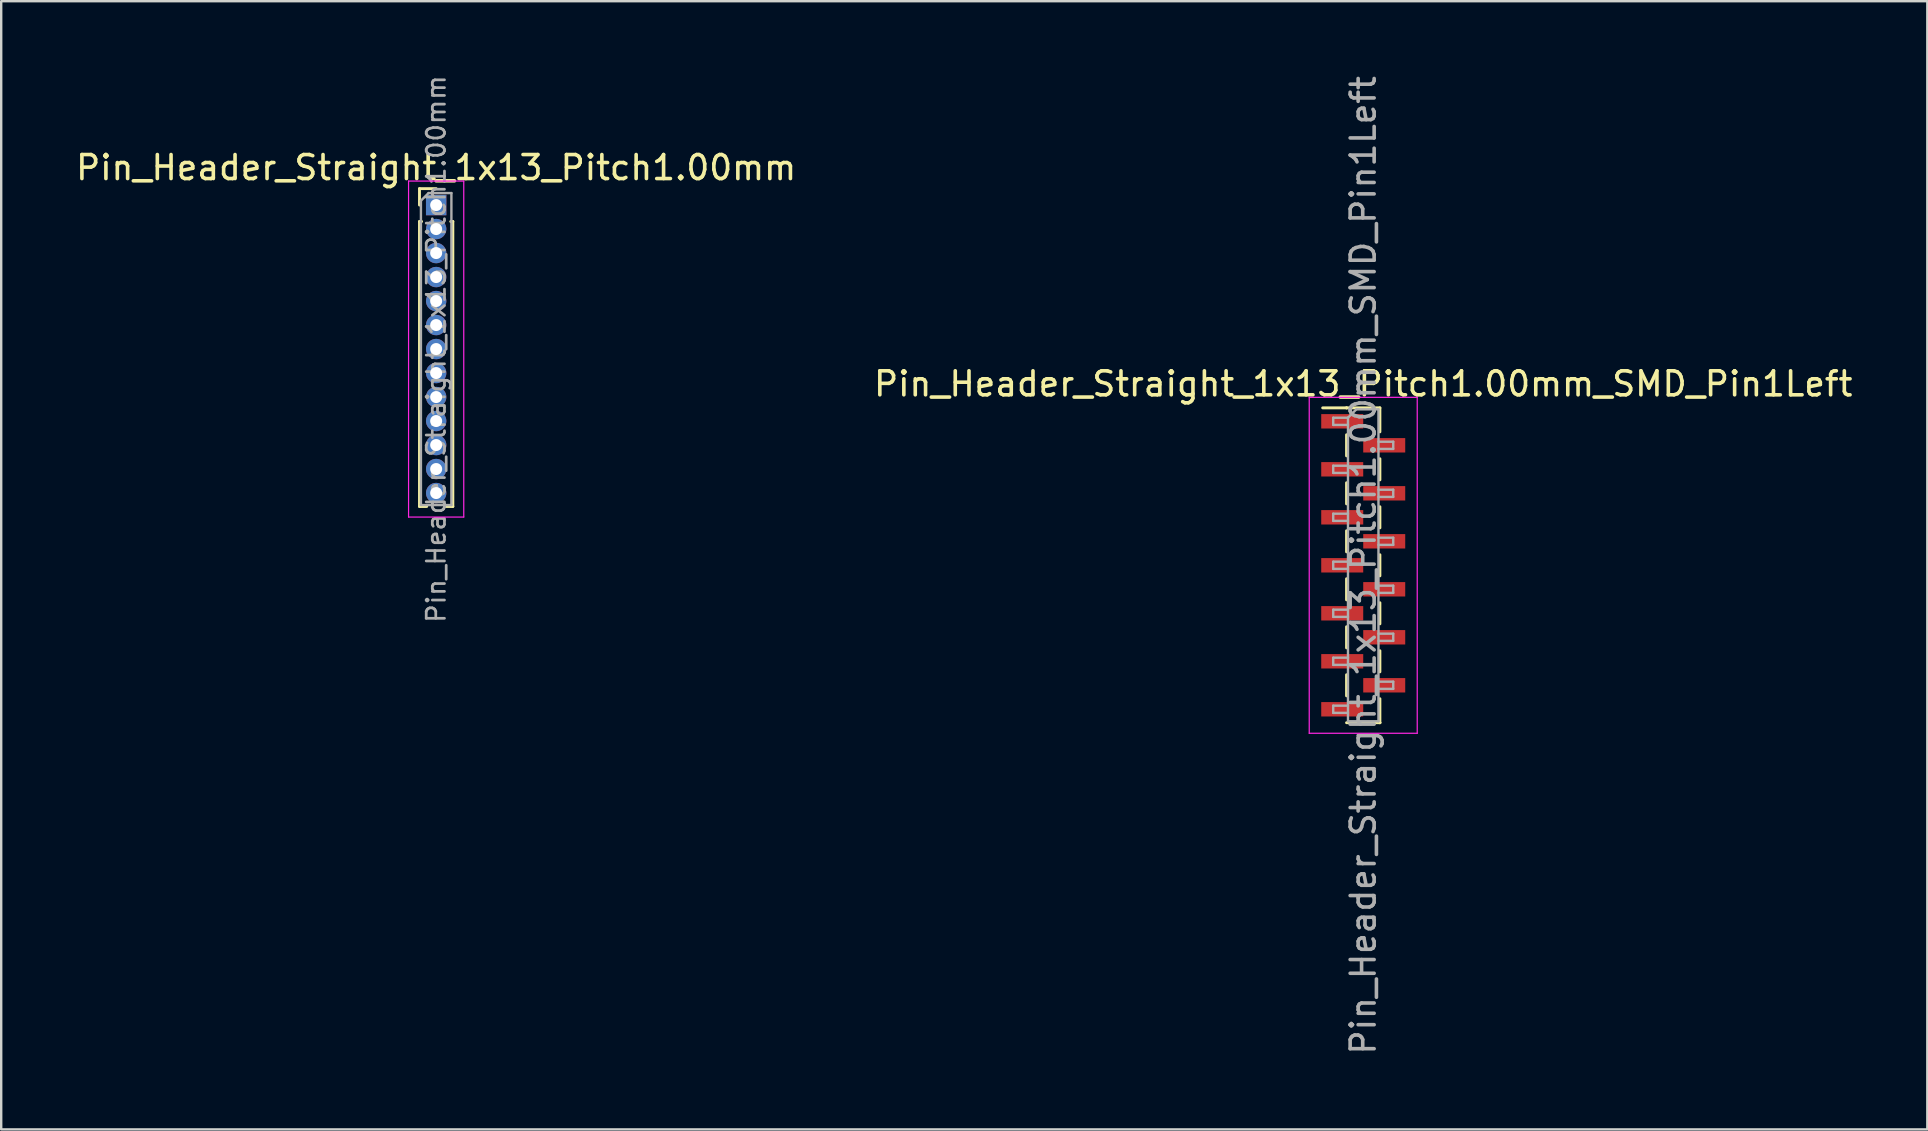
<source format=kicad_pcb>
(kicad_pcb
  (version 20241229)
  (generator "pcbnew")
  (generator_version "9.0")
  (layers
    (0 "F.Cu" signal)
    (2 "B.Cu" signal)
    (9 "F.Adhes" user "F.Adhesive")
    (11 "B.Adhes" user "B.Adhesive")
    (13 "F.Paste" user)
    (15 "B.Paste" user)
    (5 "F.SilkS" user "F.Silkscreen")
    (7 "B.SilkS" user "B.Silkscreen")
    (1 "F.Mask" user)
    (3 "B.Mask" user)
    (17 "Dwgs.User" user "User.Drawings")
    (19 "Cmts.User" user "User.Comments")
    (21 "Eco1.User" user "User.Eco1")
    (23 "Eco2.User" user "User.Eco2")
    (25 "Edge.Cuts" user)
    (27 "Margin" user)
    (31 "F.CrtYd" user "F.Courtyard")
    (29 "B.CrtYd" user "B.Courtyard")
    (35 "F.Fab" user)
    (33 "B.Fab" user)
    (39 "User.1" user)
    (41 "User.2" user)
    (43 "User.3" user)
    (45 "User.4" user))
  (footprint "Pin_Header_Straight_1x13_Pitch1.00mm_SMD_Pin1Left"
    (layer "F.Cu")
    (at 53.756 20.506)
    (property "Reference" "Pin_Header_Straight_1x13_Pitch1.00mm_SMD_Pin1Left" (at 0 -7.56 0) (layer "F.SilkS") (effects (font (size 1 1) (thickness 0.15))))
    (attr smd)
    (fp_line (start -0.695 -6.56) (end -1.69 -6.56) (stroke (width 0.12) (type solid)) (layer "F.SilkS"))
    (fp_line (start -0.695 -6.56) (end -0.695 -6.56) (stroke (width 0.12) (type solid)) (layer "F.SilkS"))
    (fp_line (start -0.695 -6.56) (end 0.695 -6.56) (stroke (width 0.12) (type solid)) (layer "F.SilkS"))
    (fp_line (start -0.695 -5.44) (end -0.695 -4.56) (stroke (width 0.12) (type solid)) (layer "F.SilkS"))
    (fp_line (start -0.695 -3.44) (end -0.695 -2.56) (stroke (width 0.12) (type solid)) (layer "F.SilkS"))
    (fp_line (start -0.695 -1.44) (end -0.695 -0.56) (stroke (width 0.12) (type solid)) (layer "F.SilkS"))
    (fp_line (start -0.695 0.56) (end -0.695 1.44) (stroke (width 0.12) (type solid)) (layer "F.SilkS"))
    (fp_line (start -0.695 2.56) (end -0.695 3.44) (stroke (width 0.12) (type solid)) (layer "F.SilkS"))
    (fp_line (start -0.695 4.56) (end -0.695 5.44) (stroke (width 0.12) (type solid)) (layer "F.SilkS"))
    (fp_line (start -0.695 6.56) (end 0.695 6.56) (stroke (width 0.12) (type solid)) (layer "F.SilkS"))
    (fp_line (start 0.695 -6.56) (end 0.695 -5.56) (stroke (width 0.12) (type solid)) (layer "F.SilkS"))
    (fp_line (start 0.695 -4.44) (end 0.695 -3.56) (stroke (width 0.12) (type solid)) (layer "F.SilkS"))
    (fp_line (start 0.695 -2.44) (end 0.695 -1.56) (stroke (width 0.12) (type solid)) (layer "F.SilkS"))
    (fp_line (start 0.695 -0.44) (end 0.695 0.44) (stroke (width 0.12) (type solid)) (layer "F.SilkS"))
    (fp_line (start 0.695 1.56) (end 0.695 2.44) (stroke (width 0.12) (type solid)) (layer "F.SilkS"))
    (fp_line (start 0.695 3.56) (end 0.695 4.44) (stroke (width 0.12) (type solid)) (layer "F.SilkS"))
    (fp_line (start 0.695 5.56) (end 0.695 6.56) (stroke (width 0.12) (type solid)) (layer "F.SilkS"))
    (fp_line (start 0.695 6.56) (end 0.695 6.56) (stroke (width 0.12) (type solid)) (layer "F.SilkS"))
    (fp_line (start -2.25 -7) (end -2.25 7) (stroke (width 0.05) (type solid)) (layer "F.CrtYd"))
    (fp_line (start -2.25 7) (end 2.25 7) (stroke (width 0.05) (type solid)) (layer "F.CrtYd"))
    (fp_line (start 2.25 -7) (end -2.25 -7) (stroke (width 0.05) (type solid)) (layer "F.CrtYd"))
    (fp_line (start 2.25 7) (end 2.25 -7) (stroke (width 0.05) (type solid)) (layer "F.CrtYd"))
    (fp_line (start -1.25 -6.15) (end -1.25 -5.85) (stroke (width 0.1) (type solid)) (layer "F.Fab"))
    (fp_line (start -1.25 -5.85) (end -0.635 -5.85) (stroke (width 0.1) (type solid)) (layer "F.Fab"))
    (fp_line (start -1.25 -4.15) (end -1.25 -3.85) (stroke (width 0.1) (type solid)) (layer "F.Fab"))
    (fp_line (start -1.25 -3.85) (end -0.635 -3.85) (stroke (width 0.1) (type solid)) (layer "F.Fab"))
    (fp_line (start -1.25 -2.15) (end -1.25 -1.85) (stroke (width 0.1) (type solid)) (layer "F.Fab"))
    (fp_line (start -1.25 -1.85) (end -0.635 -1.85) (stroke (width 0.1) (type solid)) (layer "F.Fab"))
    (fp_line (start -1.25 -0.15) (end -1.25 0.15) (stroke (width 0.1) (type solid)) (layer "F.Fab"))
    (fp_line (start -1.25 0.15) (end -0.635 0.15) (stroke (width 0.1) (type solid)) (layer "F.Fab"))
    (fp_line (start -1.25 1.85) (end -1.25 2.15) (stroke (width 0.1) (type solid)) (layer "F.Fab"))
    (fp_line (start -1.25 2.15) (end -0.635 2.15) (stroke (width 0.1) (type solid)) (layer "F.Fab"))
    (fp_line (start -1.25 3.85) (end -1.25 4.15) (stroke (width 0.1) (type solid)) (layer "F.Fab"))
    (fp_line (start -1.25 4.15) (end -0.635 4.15) (stroke (width 0.1) (type solid)) (layer "F.Fab"))
    (fp_line (start -1.25 5.85) (end -1.25 6.15) (stroke (width 0.1) (type solid)) (layer "F.Fab"))
    (fp_line (start -1.25 6.15) (end -0.635 6.15) (stroke (width 0.1) (type solid)) (layer "F.Fab"))
    (fp_line (start -0.635 -6.15) (end -1.25 -6.15) (stroke (width 0.1) (type solid)) (layer "F.Fab"))
    (fp_line (start -0.635 -6.15) (end -0.285 -6.5) (stroke (width 0.1) (type solid)) (layer "F.Fab"))
    (fp_line (start -0.635 -4.15) (end -1.25 -4.15) (stroke (width 0.1) (type solid)) (layer "F.Fab"))
    (fp_line (start -0.635 -2.15) (end -1.25 -2.15) (stroke (width 0.1) (type solid)) (layer "F.Fab"))
    (fp_line (start -0.635 -0.15) (end -1.25 -0.15) (stroke (width 0.1) (type solid)) (layer "F.Fab"))
    (fp_line (start -0.635 1.85) (end -1.25 1.85) (stroke (width 0.1) (type solid)) (layer "F.Fab"))
    (fp_line (start -0.635 3.85) (end -1.25 3.85) (stroke (width 0.1) (type solid)) (layer "F.Fab"))
    (fp_line (start -0.635 5.85) (end -1.25 5.85) (stroke (width 0.1) (type solid)) (layer "F.Fab"))
    (fp_line (start -0.635 6.5) (end -0.635 -6.15) (stroke (width 0.1) (type solid)) (layer "F.Fab"))
    (fp_line (start -0.285 -6.5) (end 0.635 -6.5) (stroke (width 0.1) (type solid)) (layer "F.Fab"))
    (fp_line (start 0.635 -6.5) (end 0.635 6.5) (stroke (width 0.1) (type solid)) (layer "F.Fab"))
    (fp_line (start 0.635 -5.15) (end 1.25 -5.15) (stroke (width 0.1) (type solid)) (layer "F.Fab"))
    (fp_line (start 0.635 -3.15) (end 1.25 -3.15) (stroke (width 0.1) (type solid)) (layer "F.Fab"))
    (fp_line (start 0.635 -1.15) (end 1.25 -1.15) (stroke (width 0.1) (type solid)) (layer "F.Fab"))
    (fp_line (start 0.635 0.85) (end 1.25 0.85) (stroke (width 0.1) (type solid)) (layer "F.Fab"))
    (fp_line (start 0.635 2.85) (end 1.25 2.85) (stroke (width 0.1) (type solid)) (layer "F.Fab"))
    (fp_line (start 0.635 4.85) (end 1.25 4.85) (stroke (width 0.1) (type solid)) (layer "F.Fab"))
    (fp_line (start 0.635 6.5) (end -0.635 6.5) (stroke (width 0.1) (type solid)) (layer "F.Fab"))
    (fp_line (start 1.25 -5.15) (end 1.25 -4.85) (stroke (width 0.1) (type solid)) (layer "F.Fab"))
    (fp_line (start 1.25 -4.85) (end 0.635 -4.85) (stroke (width 0.1) (type solid)) (layer "F.Fab"))
    (fp_line (start 1.25 -3.15) (end 1.25 -2.85) (stroke (width 0.1) (type solid)) (layer "F.Fab"))
    (fp_line (start 1.25 -2.85) (end 0.635 -2.85) (stroke (width 0.1) (type solid)) (layer "F.Fab"))
    (fp_line (start 1.25 -1.15) (end 1.25 -0.85) (stroke (width 0.1) (type solid)) (layer "F.Fab"))
    (fp_line (start 1.25 -0.85) (end 0.635 -0.85) (stroke (width 0.1) (type solid)) (layer "F.Fab"))
    (fp_line (start 1.25 0.85) (end 1.25 1.15) (stroke (width 0.1) (type solid)) (layer "F.Fab"))
    (fp_line (start 1.25 1.15) (end 0.635 1.15) (stroke (width 0.1) (type solid)) (layer "F.Fab"))
    (fp_line (start 1.25 2.85) (end 1.25 3.15) (stroke (width 0.1) (type solid)) (layer "F.Fab"))
    (fp_line (start 1.25 3.15) (end 0.635 3.15) (stroke (width 0.1) (type solid)) (layer "F.Fab"))
    (fp_line (start 1.25 4.85) (end 1.25 5.15) (stroke (width 0.1) (type solid)) (layer "F.Fab"))
    (fp_line (start 1.25 5.15) (end 0.635 5.15) (stroke (width 0.1) (type solid)) (layer "F.Fab"))
    (fp_text user "${REFERENCE}" (at 0 0 90) (layer "F.Fab") (effects (font (size 1 1) (thickness 0.15))))
    (pad "1" smd rect (at -0.875 -6) (size 1.75 0.6) (layers "F.Cu" "F.Mask" "F.Paste"))
    (pad "2" smd rect (at 0.875 -5) (size 1.75 0.6) (layers "F.Cu" "F.Mask" "F.Paste"))
    (pad "3" smd rect (at -0.875 -4) (size 1.75 0.6) (layers "F.Cu" "F.Mask" "F.Paste"))
    (pad "4" smd rect (at 0.875 -3) (size 1.75 0.6) (layers "F.Cu" "F.Mask" "F.Paste"))
    (pad "5" smd rect (at -0.875 -2) (size 1.75 0.6) (layers "F.Cu" "F.Mask" "F.Paste"))
    (pad "6" smd rect (at 0.875 -1) (size 1.75 0.6) (layers "F.Cu" "F.Mask" "F.Paste"))
    (pad "7" smd rect (at -0.875 0) (size 1.75 0.6) (layers "F.Cu" "F.Mask" "F.Paste"))
    (pad "8" smd rect (at 0.875 1) (size 1.75 0.6) (layers "F.Cu" "F.Mask" "F.Paste"))
    (pad "9" smd rect (at -0.875 2) (size 1.75 0.6) (layers "F.Cu" "F.Mask" "F.Paste"))
    (pad "10" smd rect (at 0.875 3) (size 1.75 0.6) (layers "F.Cu" "F.Mask" "F.Paste"))
    (pad "11" smd rect (at -0.875 4) (size 1.75 0.6) (layers "F.Cu" "F.Mask" "F.Paste"))
    (pad "12" smd rect (at 0.875 5) (size 1.75 0.6) (layers "F.Cu" "F.Mask" "F.Paste"))
    (pad "13" smd rect (at -0.875 6) (size 1.75 0.6) (layers "F.Cu" "F.Mask" "F.Paste")))
  (footprint "Pin_Header_Straight_1x13_Pitch1.00mm"
    (layer "F.Cu")
    (at 15.125 5.495)
    (property "Reference" "Pin_Header_Straight_1x13_Pitch1.00mm" (at 0 -1.56 0) (layer "F.SilkS") (effects (font (size 1 1) (thickness 0.15))))
    (attr through_hole)
    (fp_line (start -0.695 -0.685) (end 0 -0.685) (stroke (width 0.12) (type solid)) (layer "F.SilkS"))
    (fp_line (start -0.695 0) (end -0.695 -0.685) (stroke (width 0.12) (type solid)) (layer "F.SilkS"))
    (fp_line (start -0.695 0.685) (end -0.695 12.56) (stroke (width 0.12) (type solid)) (layer "F.SilkS"))
    (fp_line (start -0.695 0.685) (end -0.608 0.685) (stroke (width 0.12) (type solid)) (layer "F.SilkS"))
    (fp_line (start -0.695 12.56) (end -0.394 12.56) (stroke (width 0.12) (type solid)) (layer "F.SilkS"))
    (fp_line (start 0.394 12.56) (end 0.695 12.56) (stroke (width 0.12) (type solid)) (layer "F.SilkS"))
    (fp_line (start 0.608 0.685) (end 0.695 0.685) (stroke (width 0.12) (type solid)) (layer "F.SilkS"))
    (fp_line (start 0.695 0.685) (end 0.695 12.56) (stroke (width 0.12) (type solid)) (layer "F.SilkS"))
    (fp_line (start -1.15 -1) (end -1.15 13) (stroke (width 0.05) (type solid)) (layer "F.CrtYd"))
    (fp_line (start -1.15 13) (end 1.15 13) (stroke (width 0.05) (type solid)) (layer "F.CrtYd"))
    (fp_line (start 1.15 -1) (end -1.15 -1) (stroke (width 0.05) (type solid)) (layer "F.CrtYd"))
    (fp_line (start 1.15 13) (end 1.15 -1) (stroke (width 0.05) (type solid)) (layer "F.CrtYd"))
    (fp_line (start -0.635 -0.182) (end -0.318 -0.5) (stroke (width 0.1) (type solid)) (layer "F.Fab"))
    (fp_line (start -0.635 12.5) (end -0.635 -0.182) (stroke (width 0.1) (type solid)) (layer "F.Fab"))
    (fp_line (start -0.318 -0.5) (end 0.635 -0.5) (stroke (width 0.1) (type solid)) (layer "F.Fab"))
    (fp_line (start 0.635 -0.5) (end 0.635 12.5) (stroke (width 0.1) (type solid)) (layer "F.Fab"))
    (fp_line (start 0.635 12.5) (end -0.635 12.5) (stroke (width 0.1) (type solid)) (layer "F.Fab"))
    (fp_text user "${REFERENCE}" (at 0 6 90) (layer "F.Fab") (effects (font (size 0.76 0.76) (thickness 0.114))))
    (pad "1" thru_hole rect (at 0 0) (size 0.85 0.85) (drill 0.5) (layers "*.Cu" "*.Mask"))
    (pad "2" thru_hole oval (at 0 1) (size 0.85 0.85) (drill 0.5) (layers "*.Cu" "*.Mask"))
    (pad "3" thru_hole oval (at 0 2) (size 0.85 0.85) (drill 0.5) (layers "*.Cu" "*.Mask"))
    (pad "4" thru_hole oval (at 0 3) (size 0.85 0.85) (drill 0.5) (layers "*.Cu" "*.Mask"))
    (pad "5" thru_hole oval (at 0 4) (size 0.85 0.85) (drill 0.5) (layers "*.Cu" "*.Mask"))
    (pad "6" thru_hole oval (at 0 5) (size 0.85 0.85) (drill 0.5) (layers "*.Cu" "*.Mask"))
    (pad "7" thru_hole oval (at 0 6) (size 0.85 0.85) (drill 0.5) (layers "*.Cu" "*.Mask"))
    (pad "8" thru_hole oval (at 0 7) (size 0.85 0.85) (drill 0.5) (layers "*.Cu" "*.Mask"))
    (pad "9" thru_hole oval (at 0 8) (size 0.85 0.85) (drill 0.5) (layers "*.Cu" "*.Mask"))
    (pad "10" thru_hole oval (at 0 9) (size 0.85 0.85) (drill 0.5) (layers "*.Cu" "*.Mask"))
    (pad "11" thru_hole oval (at 0 10) (size 0.85 0.85) (drill 0.5) (layers "*.Cu" "*.Mask"))
    (pad "12" thru_hole oval (at 0 11) (size 0.85 0.85) (drill 0.5) (layers "*.Cu" "*.Mask"))
    (pad "13" thru_hole oval (at 0 12) (size 0.85 0.85) (drill 0.5) (layers "*.Cu" "*.Mask")))
  (gr_rect
    (start -3 -3)
    (end 77.262 44.012)
    (stroke (width 0.1) (type default))
    (fill no)
    (layer "Edge.Cuts")))
</source>
